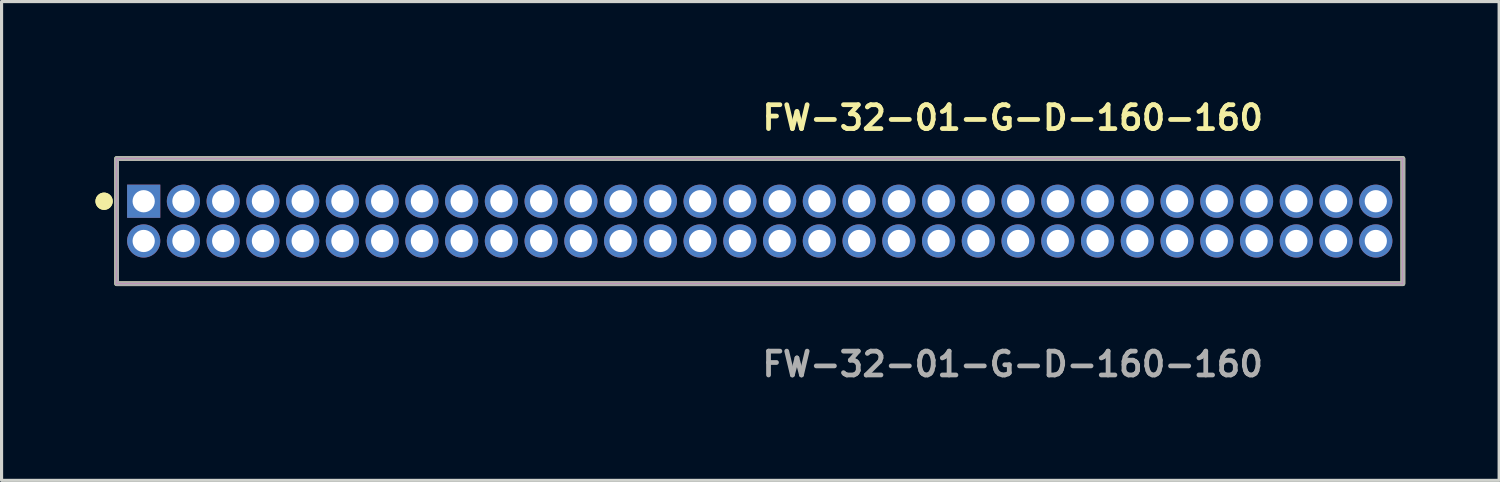
<source format=kicad_pcb>
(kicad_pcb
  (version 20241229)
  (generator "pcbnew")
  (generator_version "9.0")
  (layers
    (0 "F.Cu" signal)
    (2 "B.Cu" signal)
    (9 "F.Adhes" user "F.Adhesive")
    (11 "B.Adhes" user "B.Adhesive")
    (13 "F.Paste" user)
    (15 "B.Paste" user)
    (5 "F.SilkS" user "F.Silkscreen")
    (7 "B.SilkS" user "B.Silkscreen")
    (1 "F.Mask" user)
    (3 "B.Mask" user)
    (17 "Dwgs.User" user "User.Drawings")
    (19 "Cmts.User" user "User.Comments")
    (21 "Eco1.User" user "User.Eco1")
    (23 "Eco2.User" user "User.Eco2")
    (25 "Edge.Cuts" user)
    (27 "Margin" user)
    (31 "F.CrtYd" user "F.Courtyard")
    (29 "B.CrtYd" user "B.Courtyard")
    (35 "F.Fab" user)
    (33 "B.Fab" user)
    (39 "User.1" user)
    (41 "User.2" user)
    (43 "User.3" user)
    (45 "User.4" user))
  (footprint "FW-32-01-G-D-160-160"
    (layer "F.Cu")
    (at 21.226 4.015)
    (property "Reference" "FW-32-01-G-D-160-160" (at 0 -3.302 0) (unlocked yes) (layer "F.SilkS") (effects (font (size 0.762 0.762) (thickness 0.152)) (justify left)))
    (fp_rect (start -20.55 2) (end 20.55 -2) (stroke (width 0.152) (type solid)) (fill no) (layer "F.SilkS"))
    (fp_circle (center -20.95 -0.635) (end -21.15 -0.635) (stroke (width 0.152) (type solid)) (fill yes) (layer "F.SilkS"))
    (fp_circle (center -20.95 -0.635) (end -21.15 -0.635) (stroke (width 0.152) (type solid)) (fill yes) (layer "F.SilkS"))
    (fp_rect (start -20.55 2) (end 20.55 -2) (stroke (width 0.006) (type solid)) (fill no) (layer "F.CrtYd"))
    (fp_rect (start -20.55 2) (end 20.55 -2) (stroke (width 0.152) (type solid)) (fill no) (layer "F.Fab"))
    (fp_text user "${REFERENCE}" (at 0 4.572 0) (unlocked yes) (layer "F.Fab") (effects (font (size 0.762 0.762) (thickness 0.152)) (justify left)))
    (pad "1" thru_hole rect (at -19.685 -0.635) (size 1.06 1.06) (drill 0.71) (layers "*.Cu" "*.Mask"))
    (pad "2" thru_hole circle (at -19.685 0.635) (size 1.06 1.06) (drill 0.71) (layers "*.Cu" "*.Mask"))
    (pad "3" thru_hole circle (at -18.415 -0.635) (size 1.06 1.06) (drill 0.71) (layers "*.Cu" "*.Mask"))
    (pad "4" thru_hole circle (at -18.415 0.635) (size 1.06 1.06) (drill 0.71) (layers "*.Cu" "*.Mask"))
    (pad "5" thru_hole circle (at -17.145 -0.635) (size 1.06 1.06) (drill 0.71) (layers "*.Cu" "*.Mask"))
    (pad "6" thru_hole circle (at -17.145 0.635) (size 1.06 1.06) (drill 0.71) (layers "*.Cu" "*.Mask"))
    (pad "7" thru_hole circle (at -15.875 -0.635) (size 1.06 1.06) (drill 0.71) (layers "*.Cu" "*.Mask"))
    (pad "8" thru_hole circle (at -15.875 0.635) (size 1.06 1.06) (drill 0.71) (layers "*.Cu" "*.Mask"))
    (pad "9" thru_hole circle (at -14.605 -0.635) (size 1.06 1.06) (drill 0.71) (layers "*.Cu" "*.Mask"))
    (pad "10" thru_hole circle (at -14.605 0.635) (size 1.06 1.06) (drill 0.71) (layers "*.Cu" "*.Mask"))
    (pad "11" thru_hole circle (at -13.335 -0.635) (size 1.06 1.06) (drill 0.71) (layers "*.Cu" "*.Mask"))
    (pad "12" thru_hole circle (at -13.335 0.635) (size 1.06 1.06) (drill 0.71) (layers "*.Cu" "*.Mask"))
    (pad "13" thru_hole circle (at -12.065 -0.635) (size 1.06 1.06) (drill 0.71) (layers "*.Cu" "*.Mask"))
    (pad "14" thru_hole circle (at -12.065 0.635) (size 1.06 1.06) (drill 0.71) (layers "*.Cu" "*.Mask"))
    (pad "15" thru_hole circle (at -10.795 -0.635) (size 1.06 1.06) (drill 0.71) (layers "*.Cu" "*.Mask"))
    (pad "16" thru_hole circle (at -10.795 0.635) (size 1.06 1.06) (drill 0.71) (layers "*.Cu" "*.Mask"))
    (pad "17" thru_hole circle (at -9.525 -0.635) (size 1.06 1.06) (drill 0.71) (layers "*.Cu" "*.Mask"))
    (pad "18" thru_hole circle (at -9.525 0.635) (size 1.06 1.06) (drill 0.71) (layers "*.Cu" "*.Mask"))
    (pad "19" thru_hole circle (at -8.255 -0.635) (size 1.06 1.06) (drill 0.71) (layers "*.Cu" "*.Mask"))
    (pad "20" thru_hole circle (at -8.255 0.635) (size 1.06 1.06) (drill 0.71) (layers "*.Cu" "*.Mask"))
    (pad "21" thru_hole circle (at -6.985 -0.635) (size 1.06 1.06) (drill 0.71) (layers "*.Cu" "*.Mask"))
    (pad "22" thru_hole circle (at -6.985 0.635) (size 1.06 1.06) (drill 0.71) (layers "*.Cu" "*.Mask"))
    (pad "23" thru_hole circle (at -5.715 -0.635) (size 1.06 1.06) (drill 0.71) (layers "*.Cu" "*.Mask"))
    (pad "24" thru_hole circle (at -5.715 0.635) (size 1.06 1.06) (drill 0.71) (layers "*.Cu" "*.Mask"))
    (pad "25" thru_hole circle (at -4.445 -0.635) (size 1.06 1.06) (drill 0.71) (layers "*.Cu" "*.Mask"))
    (pad "26" thru_hole circle (at -4.445 0.635) (size 1.06 1.06) (drill 0.71) (layers "*.Cu" "*.Mask"))
    (pad "27" thru_hole circle (at -3.175 -0.635) (size 1.06 1.06) (drill 0.71) (layers "*.Cu" "*.Mask"))
    (pad "28" thru_hole circle (at -3.175 0.635) (size 1.06 1.06) (drill 0.71) (layers "*.Cu" "*.Mask"))
    (pad "29" thru_hole circle (at -1.905 -0.635) (size 1.06 1.06) (drill 0.71) (layers "*.Cu" "*.Mask"))
    (pad "30" thru_hole circle (at -1.905 0.635) (size 1.06 1.06) (drill 0.71) (layers "*.Cu" "*.Mask"))
    (pad "31" thru_hole circle (at -0.635 -0.635) (size 1.06 1.06) (drill 0.71) (layers "*.Cu" "*.Mask"))
    (pad "32" thru_hole circle (at -0.635 0.635) (size 1.06 1.06) (drill 0.71) (layers "*.Cu" "*.Mask"))
    (pad "33" thru_hole circle (at 0.635 -0.635) (size 1.06 1.06) (drill 0.71) (layers "*.Cu" "*.Mask"))
    (pad "34" thru_hole circle (at 0.635 0.635) (size 1.06 1.06) (drill 0.71) (layers "*.Cu" "*.Mask"))
    (pad "35" thru_hole circle (at 1.905 -0.635) (size 1.06 1.06) (drill 0.71) (layers "*.Cu" "*.Mask"))
    (pad "36" thru_hole circle (at 1.905 0.635) (size 1.06 1.06) (drill 0.71) (layers "*.Cu" "*.Mask"))
    (pad "37" thru_hole circle (at 3.175 -0.635) (size 1.06 1.06) (drill 0.71) (layers "*.Cu" "*.Mask"))
    (pad "38" thru_hole circle (at 3.175 0.635) (size 1.06 1.06) (drill 0.71) (layers "*.Cu" "*.Mask"))
    (pad "39" thru_hole circle (at 4.445 -0.635) (size 1.06 1.06) (drill 0.71) (layers "*.Cu" "*.Mask"))
    (pad "40" thru_hole circle (at 4.445 0.635) (size 1.06 1.06) (drill 0.71) (layers "*.Cu" "*.Mask"))
    (pad "41" thru_hole circle (at 5.715 -0.635) (size 1.06 1.06) (drill 0.71) (layers "*.Cu" "*.Mask"))
    (pad "42" thru_hole circle (at 5.715 0.635) (size 1.06 1.06) (drill 0.71) (layers "*.Cu" "*.Mask"))
    (pad "43" thru_hole circle (at 6.985 -0.635) (size 1.06 1.06) (drill 0.71) (layers "*.Cu" "*.Mask"))
    (pad "44" thru_hole circle (at 6.985 0.635) (size 1.06 1.06) (drill 0.71) (layers "*.Cu" "*.Mask"))
    (pad "45" thru_hole circle (at 8.255 -0.635) (size 1.06 1.06) (drill 0.71) (layers "*.Cu" "*.Mask"))
    (pad "46" thru_hole circle (at 8.255 0.635) (size 1.06 1.06) (drill 0.71) (layers "*.Cu" "*.Mask"))
    (pad "47" thru_hole circle (at 9.525 -0.635) (size 1.06 1.06) (drill 0.71) (layers "*.Cu" "*.Mask"))
    (pad "48" thru_hole circle (at 9.525 0.635) (size 1.06 1.06) (drill 0.71) (layers "*.Cu" "*.Mask"))
    (pad "49" thru_hole circle (at 10.795 -0.635) (size 1.06 1.06) (drill 0.71) (layers "*.Cu" "*.Mask"))
    (pad "50" thru_hole circle (at 10.795 0.635) (size 1.06 1.06) (drill 0.71) (layers "*.Cu" "*.Mask"))
    (pad "51" thru_hole circle (at 12.065 -0.635) (size 1.06 1.06) (drill 0.71) (layers "*.Cu" "*.Mask"))
    (pad "52" thru_hole circle (at 12.065 0.635) (size 1.06 1.06) (drill 0.71) (layers "*.Cu" "*.Mask"))
    (pad "53" thru_hole circle (at 13.335 -0.635) (size 1.06 1.06) (drill 0.71) (layers "*.Cu" "*.Mask"))
    (pad "54" thru_hole circle (at 13.335 0.635) (size 1.06 1.06) (drill 0.71) (layers "*.Cu" "*.Mask"))
    (pad "55" thru_hole circle (at 14.605 -0.635) (size 1.06 1.06) (drill 0.71) (layers "*.Cu" "*.Mask"))
    (pad "56" thru_hole circle (at 14.605 0.635) (size 1.06 1.06) (drill 0.71) (layers "*.Cu" "*.Mask"))
    (pad "57" thru_hole circle (at 15.875 -0.635) (size 1.06 1.06) (drill 0.71) (layers "*.Cu" "*.Mask"))
    (pad "58" thru_hole circle (at 15.875 0.635) (size 1.06 1.06) (drill 0.71) (layers "*.Cu" "*.Mask"))
    (pad "59" thru_hole circle (at 17.145 -0.635) (size 1.06 1.06) (drill 0.71) (layers "*.Cu" "*.Mask"))
    (pad "60" thru_hole circle (at 17.145 0.635) (size 1.06 1.06) (drill 0.71) (layers "*.Cu" "*.Mask"))
    (pad "61" thru_hole circle (at 18.415 -0.635) (size 1.06 1.06) (drill 0.71) (layers "*.Cu" "*.Mask"))
    (pad "62" thru_hole circle (at 18.415 0.635) (size 1.06 1.06) (drill 0.71) (layers "*.Cu" "*.Mask"))
    (pad "63" thru_hole circle (at 19.685 -0.635) (size 1.06 1.06) (drill 0.71) (layers "*.Cu" "*.Mask"))
    (pad "64" thru_hole circle (at 19.685 0.635) (size 1.06 1.06) (drill 0.71) (layers "*.Cu" "*.Mask")))
  (gr_rect
    (start -3 -3)
    (end 44.852 12.3)
    (stroke (width 0.1) (type default))
    (fill no)
    (layer "Edge.Cuts")))
</source>
